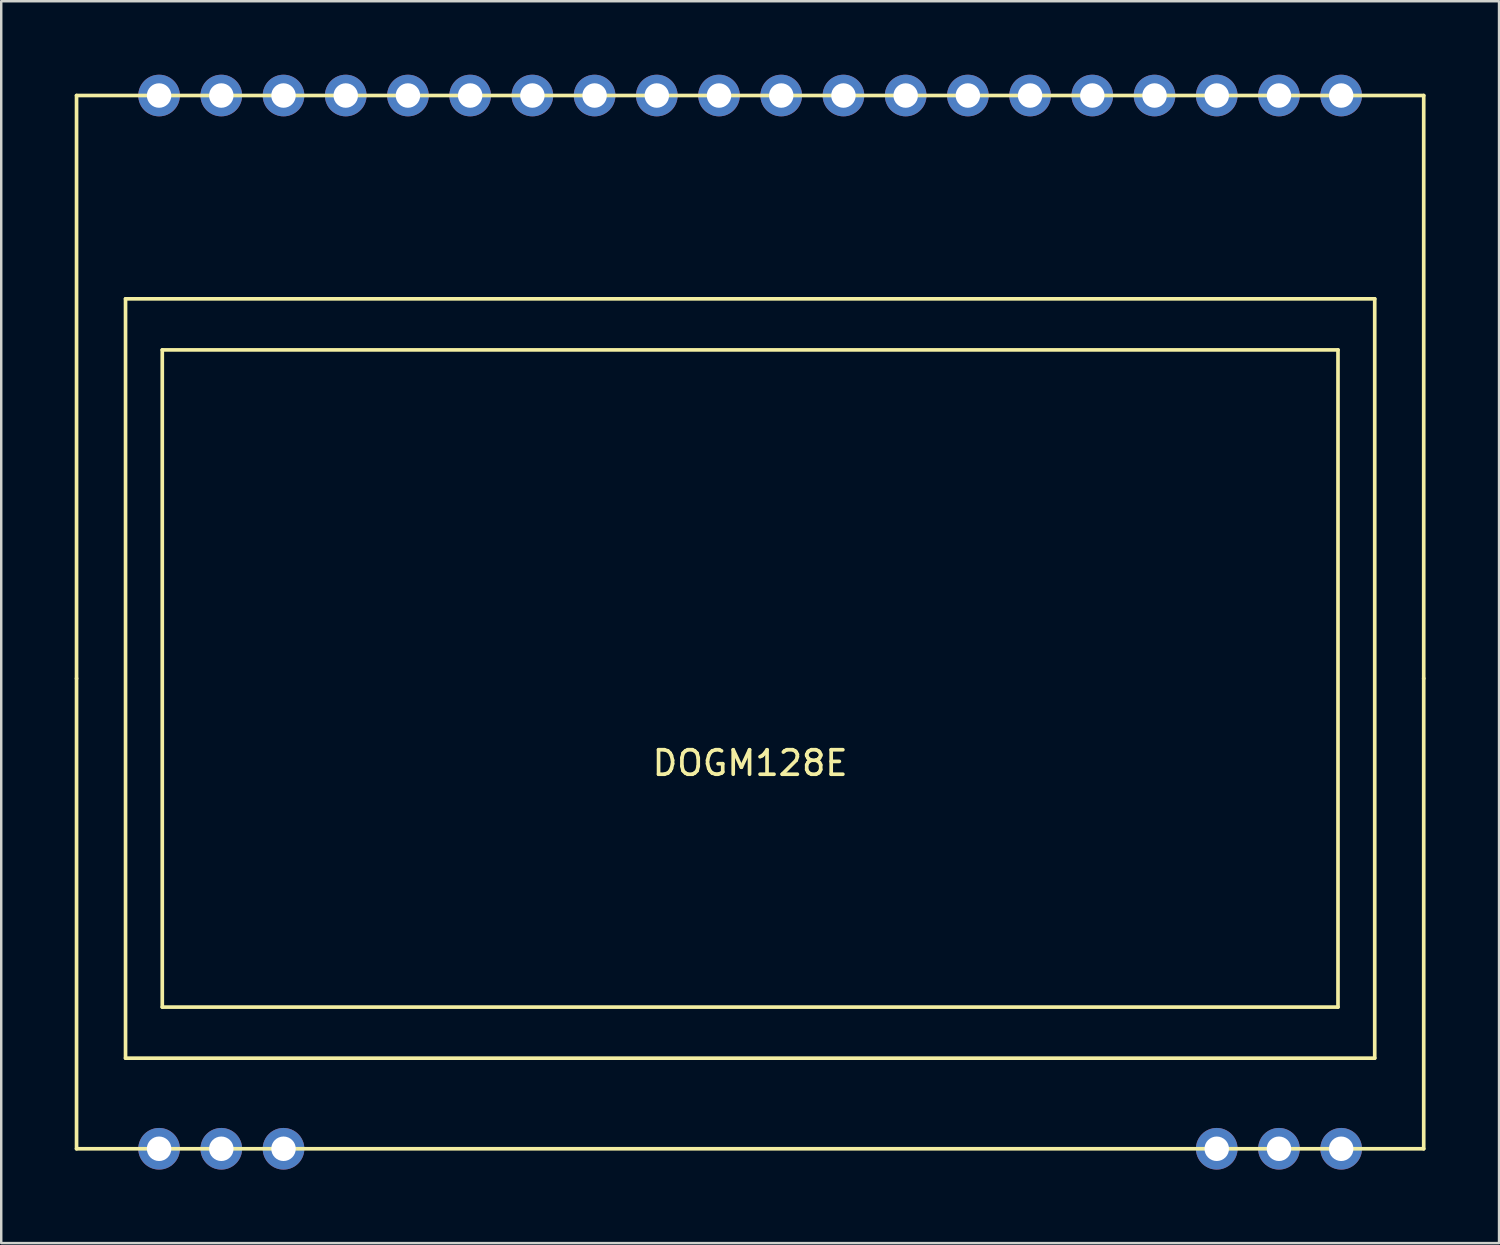
<source format=kicad_pcb>
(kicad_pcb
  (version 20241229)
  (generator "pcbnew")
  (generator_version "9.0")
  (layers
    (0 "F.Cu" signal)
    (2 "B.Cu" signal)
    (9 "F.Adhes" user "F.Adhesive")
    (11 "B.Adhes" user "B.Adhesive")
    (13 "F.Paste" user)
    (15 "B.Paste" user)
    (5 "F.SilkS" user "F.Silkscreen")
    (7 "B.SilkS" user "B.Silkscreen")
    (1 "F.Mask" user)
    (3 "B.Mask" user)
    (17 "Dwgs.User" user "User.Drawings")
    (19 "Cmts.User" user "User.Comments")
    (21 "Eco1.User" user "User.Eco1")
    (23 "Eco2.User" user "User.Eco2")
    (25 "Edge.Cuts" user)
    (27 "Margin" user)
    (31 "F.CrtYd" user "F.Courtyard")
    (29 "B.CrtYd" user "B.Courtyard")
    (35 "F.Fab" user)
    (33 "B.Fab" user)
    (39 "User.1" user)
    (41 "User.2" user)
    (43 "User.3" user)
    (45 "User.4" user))
  (footprint "DOGM128E"
    (layer "F.Cu")
    (at 27.575 24.65)
    (property "Reference" "DOGM128E" (at 0 3.454 0) (layer "F.SilkS") (effects (font (size 1 1) (thickness 0.15))))
    (attr through_hole)
    (fp_line (start -27.5 -23.8) (end 27.5 -23.8) (stroke (width 0.15) (type solid)) (layer "F.SilkS"))
    (fp_line (start -27.5 0) (end -27.5 -23.8) (stroke (width 0.15) (type solid)) (layer "F.SilkS"))
    (fp_line (start -27.5 0) (end -27.5 19.2) (stroke (width 0.15) (type solid)) (layer "F.SilkS"))
    (fp_line (start -27.5 19.2) (end 27.5 19.2) (stroke (width 0.15) (type solid)) (layer "F.SilkS"))
    (fp_line (start -25.5 -15.5) (end 25.5 -15.5) (stroke (width 0.15) (type solid)) (layer "F.SilkS"))
    (fp_line (start -25.5 15.5) (end -25.5 -15.5) (stroke (width 0.15) (type solid)) (layer "F.SilkS"))
    (fp_line (start -24 -13.415) (end 24 -13.415) (stroke (width 0.15) (type solid)) (layer "F.SilkS"))
    (fp_line (start -24 13.415) (end -24 -13.415) (stroke (width 0.15) (type solid)) (layer "F.SilkS"))
    (fp_line (start 24 -13.415) (end 24 13.415) (stroke (width 0.15) (type solid)) (layer "F.SilkS"))
    (fp_line (start 24 13.415) (end -24 13.415) (stroke (width 0.15) (type solid)) (layer "F.SilkS"))
    (fp_line (start 25.5 -15.5) (end 25.5 15.5) (stroke (width 0.15) (type solid)) (layer "F.SilkS"))
    (fp_line (start 25.5 15.5) (end -25.5 15.5) (stroke (width 0.15) (type solid)) (layer "F.SilkS"))
    (fp_line (start 27.5 -23.8) (end 27.5 0) (stroke (width 0.15) (type solid)) (layer "F.SilkS"))
    (fp_line (start 27.5 19.2) (end 27.5 0) (stroke (width 0.15) (type solid)) (layer "F.SilkS"))
    (pad "1" thru_hole circle (at -24.13 19.2) (size 1.7 1.7) (drill 1) (layers "*.Cu" "*.Mask"))
    (pad "2" thru_hole circle (at -21.59 19.2) (size 1.7 1.7) (drill 1) (layers "*.Cu" "*.Mask"))
    (pad "3" thru_hole circle (at -19.05 19.2) (size 1.7 1.7) (drill 1) (layers "*.Cu" "*.Mask"))
    (pad "4" thru_hole circle (at 19.05 19.2) (size 1.7 1.7) (drill 1) (layers "*.Cu" "*.Mask"))
    (pad "5" thru_hole circle (at 21.59 19.2) (size 1.7 1.7) (drill 1) (layers "*.Cu" "*.Mask"))
    (pad "6" thru_hole circle (at 24.13 19.2) (size 1.7 1.7) (drill 1) (layers "*.Cu" "*.Mask"))
    (pad "7" thru_hole circle (at 24.13 -23.8) (size 1.7 1.7) (drill 1) (layers "*.Cu" "*.Mask"))
    (pad "8" thru_hole circle (at 21.59 -23.8) (size 1.7 1.7) (drill 1) (layers "*.Cu" "*.Mask"))
    (pad "9" thru_hole circle (at 19.05 -23.8) (size 1.7 1.7) (drill 1) (layers "*.Cu" "*.Mask"))
    (pad "10" thru_hole circle (at 16.51 -23.8) (size 1.7 1.7) (drill 1) (layers "*.Cu" "*.Mask"))
    (pad "11" thru_hole circle (at 13.97 -23.8) (size 1.7 1.7) (drill 1) (layers "*.Cu" "*.Mask"))
    (pad "12" thru_hole circle (at 11.43 -23.8) (size 1.7 1.7) (drill 1) (layers "*.Cu" "*.Mask"))
    (pad "13" thru_hole circle (at 8.89 -23.8) (size 1.7 1.7) (drill 1) (layers "*.Cu" "*.Mask"))
    (pad "14" thru_hole circle (at 6.35 -23.8) (size 1.7 1.7) (drill 1) (layers "*.Cu" "*.Mask"))
    (pad "15" thru_hole circle (at 3.81 -23.8) (size 1.7 1.7) (drill 1) (layers "*.Cu" "*.Mask"))
    (pad "16" thru_hole circle (at 1.27 -23.8) (size 1.7 1.7) (drill 1) (layers "*.Cu" "*.Mask"))
    (pad "17" thru_hole circle (at -1.27 -23.8) (size 1.7 1.7) (drill 1) (layers "*.Cu" "*.Mask"))
    (pad "18" thru_hole circle (at -3.81 -23.8) (size 1.7 1.7) (drill 1) (layers "*.Cu" "*.Mask"))
    (pad "19" thru_hole circle (at -6.35 -23.8) (size 1.7 1.7) (drill 1) (layers "*.Cu" "*.Mask"))
    (pad "20" thru_hole circle (at -8.89 -23.8) (size 1.7 1.7) (drill 1) (layers "*.Cu" "*.Mask"))
    (pad "21" thru_hole circle (at -11.43 -23.8) (size 1.7 1.7) (drill 1) (layers "*.Cu" "*.Mask"))
    (pad "22" thru_hole circle (at -13.97 -23.8) (size 1.7 1.7) (drill 1) (layers "*.Cu" "*.Mask"))
    (pad "23" thru_hole circle (at -16.51 -23.8) (size 1.7 1.7) (drill 1) (layers "*.Cu" "*.Mask"))
    (pad "24" thru_hole circle (at -19.05 -23.8) (size 1.7 1.7) (drill 1) (layers "*.Cu" "*.Mask"))
    (pad "25" thru_hole circle (at -21.59 -23.8) (size 1.7 1.7) (drill 1) (layers "*.Cu" "*.Mask"))
    (pad "26" thru_hole circle (at -24.13 -23.8) (size 1.7 1.7) (drill 1) (layers "*.Cu" "*.Mask")))
  (gr_rect
    (start -3 -3)
    (end 58.15 47.7)
    (stroke (width 0.1) (type default))
    (fill no)
    (layer "Edge.Cuts")))
</source>
